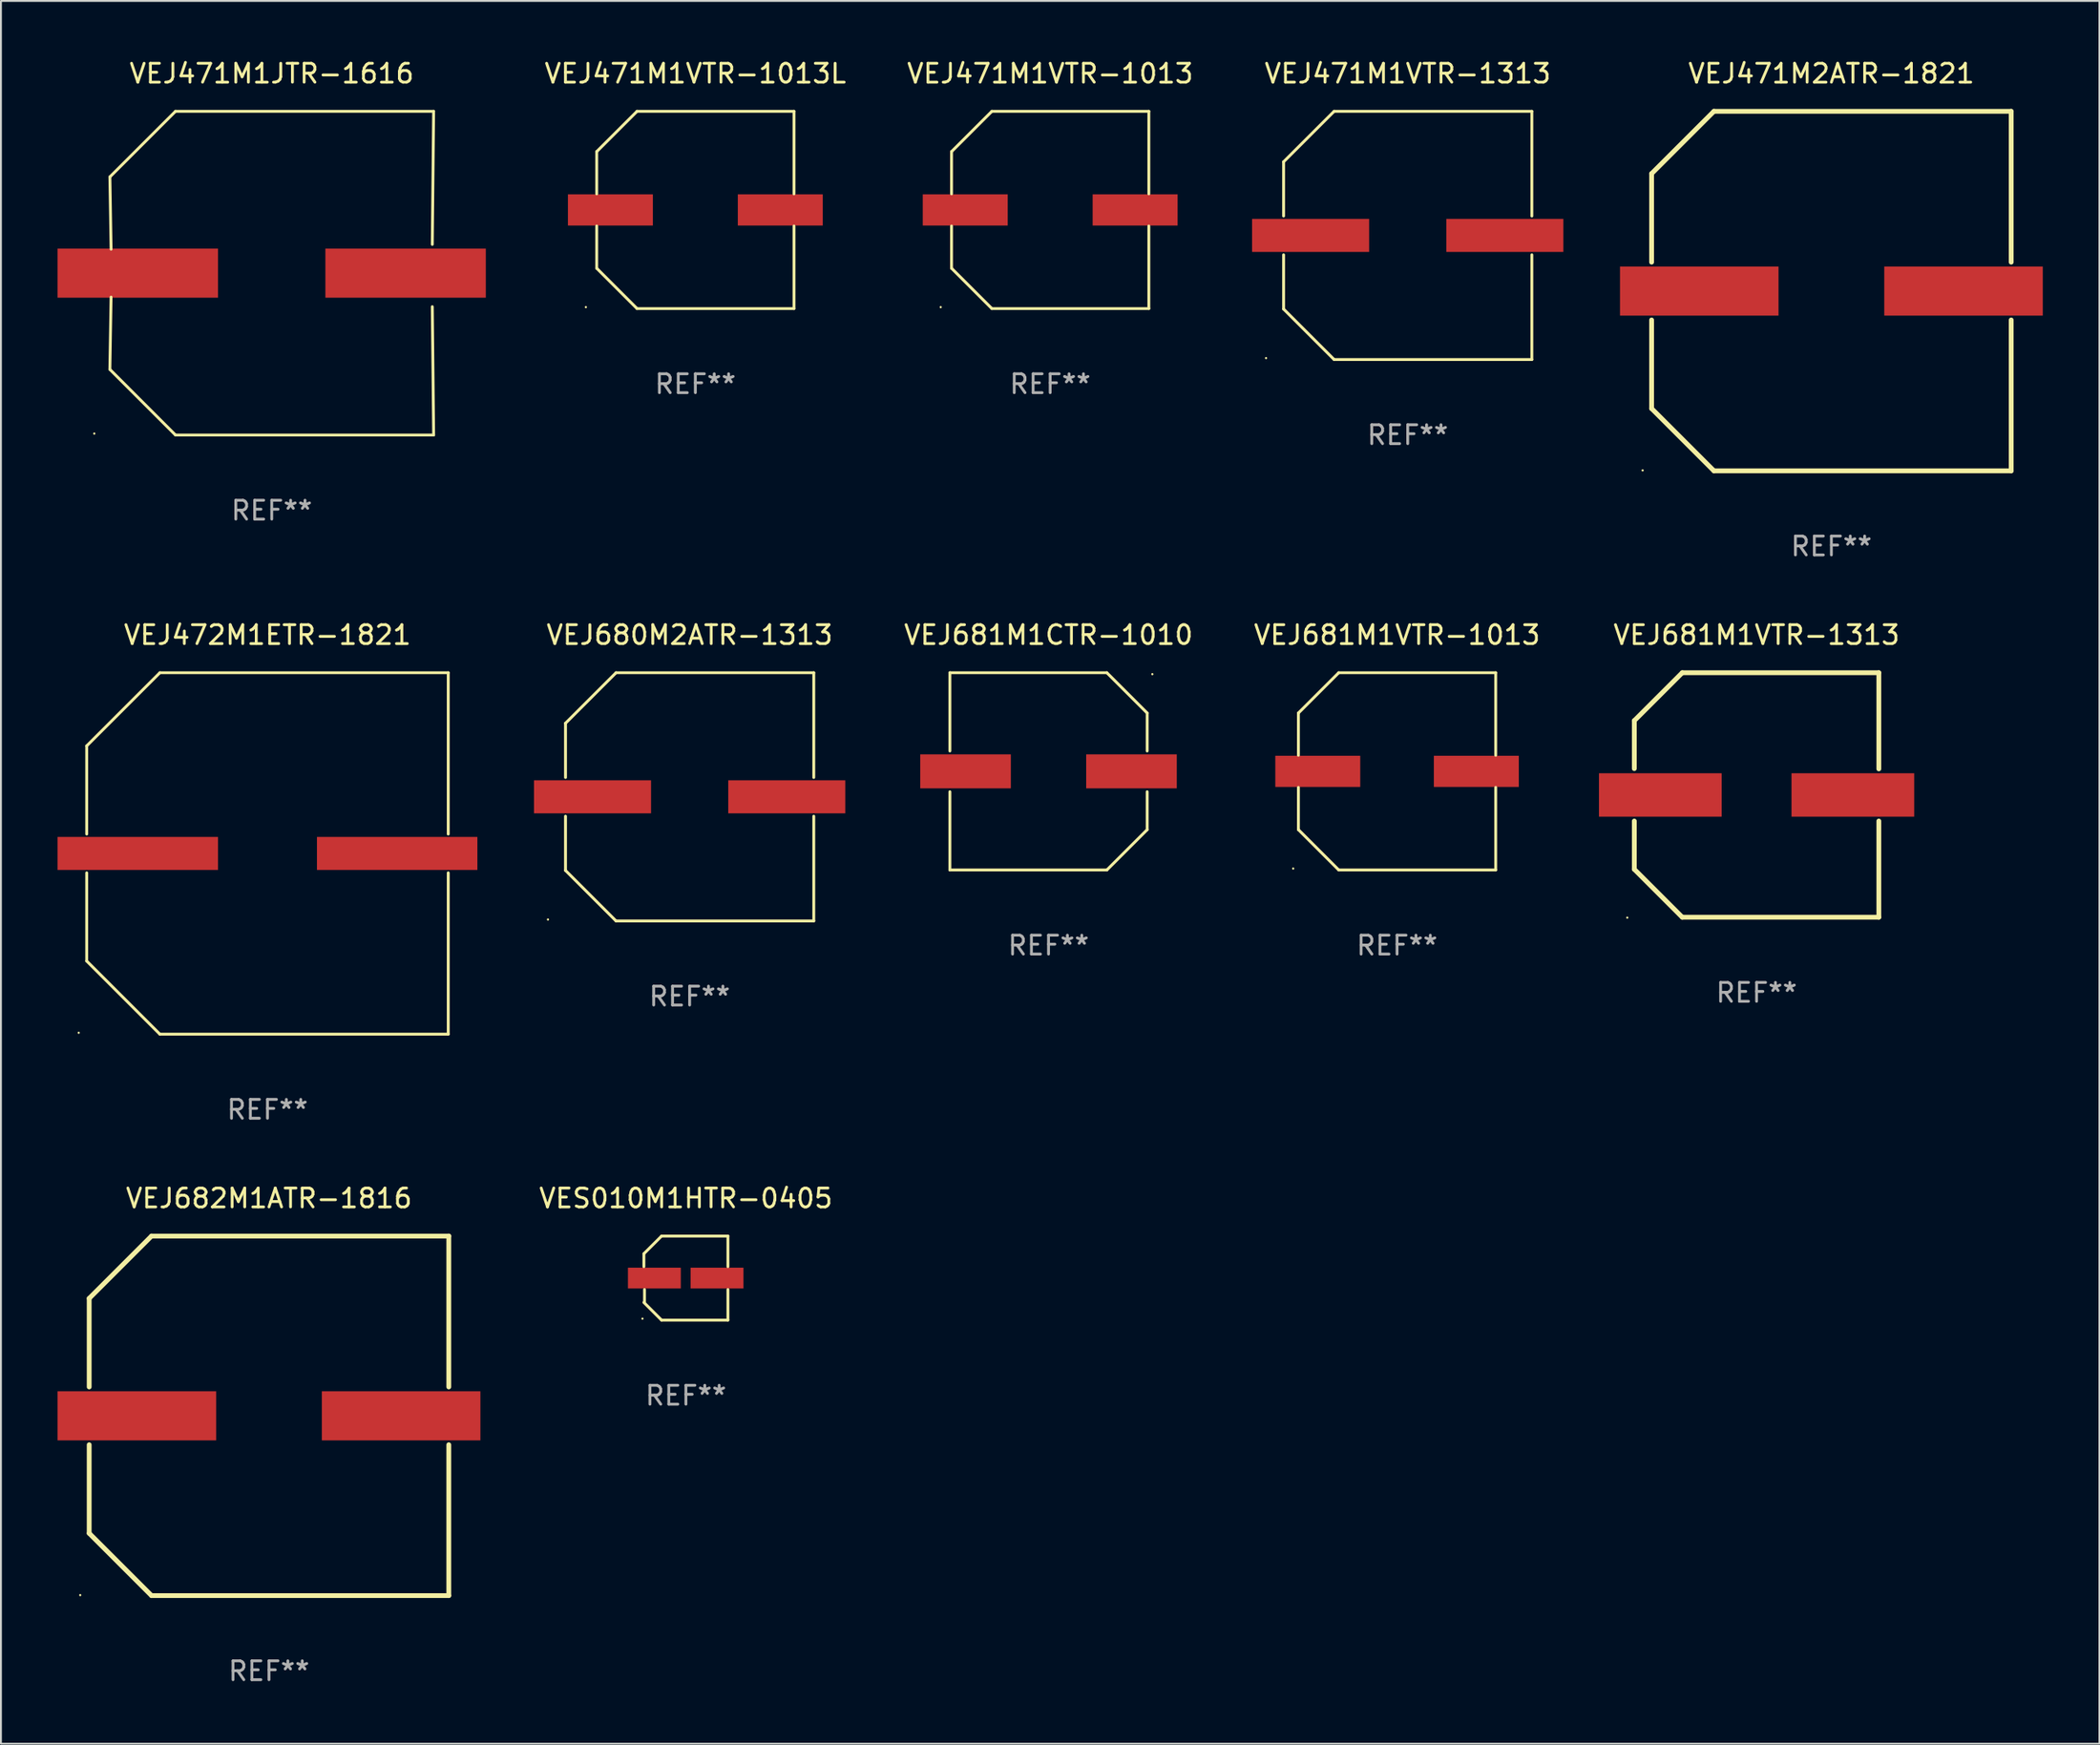
<source format=kicad_pcb>
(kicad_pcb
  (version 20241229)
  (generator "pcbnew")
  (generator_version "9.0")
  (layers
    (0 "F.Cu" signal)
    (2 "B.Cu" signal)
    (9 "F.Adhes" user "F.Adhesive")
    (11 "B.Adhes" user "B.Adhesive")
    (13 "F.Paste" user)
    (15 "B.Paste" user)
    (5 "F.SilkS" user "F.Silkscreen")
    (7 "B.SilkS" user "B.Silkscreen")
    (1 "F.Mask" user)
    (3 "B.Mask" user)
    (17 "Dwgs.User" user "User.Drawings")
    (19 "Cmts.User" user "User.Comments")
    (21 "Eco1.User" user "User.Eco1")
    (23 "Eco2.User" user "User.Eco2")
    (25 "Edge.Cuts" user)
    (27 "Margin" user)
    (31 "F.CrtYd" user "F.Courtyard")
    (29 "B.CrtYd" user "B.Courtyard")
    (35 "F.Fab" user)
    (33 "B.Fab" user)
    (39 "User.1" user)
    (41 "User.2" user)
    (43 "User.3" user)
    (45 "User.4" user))
  (footprint "VEJ471M2ATR-1821"
    (layer "F.Cu")
    (at 93.972 12.373)
    (property "Reference" "VEJ471M2ATR-1821" (at 0 -11.525 0) (layer "F.SilkS") (effects (font (size 1 1) (thickness 0.15))))
    (attr through_hole)
    (fp_line (start -9.525 -6.223) (end -9.525 -1.531) (stroke (width 0.254) (type solid)) (layer "F.SilkS"))
    (fp_line (start -9.525 1.531) (end -9.525 6.223) (stroke (width 0.254) (type solid)) (layer "F.SilkS"))
    (fp_line (start -9.525 6.223) (end -6.223 9.525) (stroke (width 0.254) (type solid)) (layer "F.SilkS"))
    (fp_line (start -6.223 -9.525) (end -9.525 -6.223) (stroke (width 0.254) (type solid)) (layer "F.SilkS"))
    (fp_line (start -6.223 9.525) (end 9.525 9.525) (stroke (width 0.254) (type solid)) (layer "F.SilkS"))
    (fp_line (start 9.525 -9.525) (end -6.223 -9.525) (stroke (width 0.254) (type solid)) (layer "F.SilkS"))
    (fp_line (start 9.525 -1.531) (end 9.525 -9.525) (stroke (width 0.254) (type solid)) (layer "F.SilkS"))
    (fp_line (start 9.525 9.525) (end 9.525 1.531) (stroke (width 0.254) (type solid)) (layer "F.SilkS"))
    (fp_circle (center -10 9.5) (end -9.97 9.5) (stroke (width 0.06) (type solid)) (fill no) (layer "F.SilkS"))
    (fp_text user "REF**" (at 0 13.525 0) (layer "F.Fab") (effects (font (size 1 1) (thickness 0.15))))
    (pad "1" smd rect (at -7 0) (size 8.4 2.6) (layers "F.Cu" "F.Mask" "F.Paste"))
    (pad "2" smd rect (at 7 0) (size 8.4 2.6) (layers "F.Cu" "F.Mask" "F.Paste")))
  (footprint "VEJ471M1VTR-1013L"
    (layer "F.Cu")
    (at 33.788 8.074)
    (property "Reference" "VEJ471M1VTR-1013L" (at 0 -7.226 0) (layer "F.SilkS") (effects (font (size 1 1) (thickness 0.15))))
    (attr through_hole)
    (fp_line (start -5.226 -3.09) (end -5.226 -0.852) (stroke (width 0.152) (type solid)) (layer "F.SilkS"))
    (fp_line (start -5.226 3.09) (end -5.226 0.852) (stroke (width 0.152) (type solid)) (layer "F.SilkS"))
    (fp_line (start -3.09 -5.226) (end -5.226 -3.09) (stroke (width 0.152) (type solid)) (layer "F.SilkS"))
    (fp_line (start -3.09 5.226) (end -5.226 3.09) (stroke (width 0.152) (type solid)) (layer "F.SilkS"))
    (fp_line (start 5.226 -5.226) (end -3.09 -5.226) (stroke (width 0.152) (type solid)) (layer "F.SilkS"))
    (fp_line (start 5.226 -0.852) (end 5.226 -5.226) (stroke (width 0.152) (type solid)) (layer "F.SilkS"))
    (fp_line (start 5.226 0.852) (end 5.226 5.226) (stroke (width 0.152) (type solid)) (layer "F.SilkS"))
    (fp_line (start 5.226 5.226) (end -3.09 5.226) (stroke (width 0.152) (type solid)) (layer "F.SilkS"))
    (fp_circle (center -5.8 5.15) (end -5.77 5.15) (stroke (width 0.06) (type solid)) (fill no) (layer "F.SilkS"))
    (fp_text user "REF**" (at 0 9.226 0) (layer "F.Fab") (effects (font (size 1 1) (thickness 0.15))))
    (pad "1" smd rect (at -4.5 0) (size 4.5 1.65) (layers "F.Cu" "F.Mask" "F.Paste"))
    (pad "2" smd rect (at 4.5 0) (size 4.5 1.65) (layers "F.Cu" "F.Mask" "F.Paste")))
  (footprint "VES010M1HTR-0405"
    (layer "F.Cu")
    (at 33.287 64.67)
    (property "Reference" "VES010M1HTR-0405" (at 0 -4.226 0) (layer "F.SilkS") (effects (font (size 1 1) (thickness 0.15))))
    (attr through_hole)
    (fp_line (start -2.226 -1.29) (end -2.226 -0.607) (stroke (width 0.152) (type solid)) (layer "F.SilkS"))
    (fp_line (start -2.193 1.29) (end -2.193 0.607) (stroke (width 0.152) (type solid)) (layer "F.SilkS"))
    (fp_line (start -1.29 2.226) (end -2.226 1.29) (stroke (width 0.152) (type solid)) (layer "F.SilkS"))
    (fp_line (start -1.29 -2.226) (end -2.226 -1.29) (stroke (width 0.152) (type solid)) (layer "F.SilkS"))
    (fp_line (start 2.226 -2.226) (end -1.29 -2.226) (stroke (width 0.152) (type solid)) (layer "F.SilkS"))
    (fp_line (start 2.226 -0.607) (end 2.226 -2.226) (stroke (width 0.152) (type solid)) (layer "F.SilkS"))
    (fp_line (start 2.226 0.607) (end 2.226 2.226) (stroke (width 0.152) (type solid)) (layer "F.SilkS"))
    (fp_line (start 2.226 2.226) (end -1.29 2.226) (stroke (width 0.152) (type solid)) (layer "F.SilkS"))
    (fp_circle (center -2.3 2.15) (end -2.27 2.15) (stroke (width 0.06) (type solid)) (fill no) (layer "F.SilkS"))
    (fp_text user "REF**" (at 0 6.226 0) (layer "F.Fab") (effects (font (size 1 1) (thickness 0.15))))
    (pad "1" smd rect (at -1.67 -0.000025) (size 2.8 1.1) (layers "F.Cu" "F.Mask" "F.Paste"))
    (pad "2" smd rect (at 1.651 -0.000025) (size 2.8 1.1) (layers "F.Cu" "F.Mask" "F.Paste")))
  (footprint "VEJ471M1VTR-1013"
    (layer "F.Cu")
    (at 52.586 8.074)
    (property "Reference" "VEJ471M1VTR-1013" (at 0 -7.226 0) (layer "F.SilkS") (effects (font (size 1 1) (thickness 0.15))))
    (attr through_hole)
    (fp_line (start -5.226 -3.09) (end -5.226 -0.852) (stroke (width 0.152) (type solid)) (layer "F.SilkS"))
    (fp_line (start -5.226 3.09) (end -5.226 0.852) (stroke (width 0.152) (type solid)) (layer "F.SilkS"))
    (fp_line (start -3.09 -5.226) (end -5.226 -3.09) (stroke (width 0.152) (type solid)) (layer "F.SilkS"))
    (fp_line (start -3.09 5.226) (end -5.226 3.09) (stroke (width 0.152) (type solid)) (layer "F.SilkS"))
    (fp_line (start 5.226 -5.226) (end -3.09 -5.226) (stroke (width 0.152) (type solid)) (layer "F.SilkS"))
    (fp_line (start 5.226 -0.852) (end 5.226 -5.226) (stroke (width 0.152) (type solid)) (layer "F.SilkS"))
    (fp_line (start 5.226 0.852) (end 5.226 5.226) (stroke (width 0.152) (type solid)) (layer "F.SilkS"))
    (fp_line (start 5.226 5.226) (end -3.09 5.226) (stroke (width 0.152) (type solid)) (layer "F.SilkS"))
    (fp_circle (center -5.8 5.15) (end -5.77 5.15) (stroke (width 0.06) (type solid)) (fill no) (layer "F.SilkS"))
    (fp_text user "REF**" (at 0 9.226 0) (layer "F.Fab") (effects (font (size 1 1) (thickness 0.15))))
    (pad "1" smd rect (at -4.5 0) (size 4.5 1.65) (layers "F.Cu" "F.Mask" "F.Paste"))
    (pad "2" smd rect (at 4.5 0) (size 4.5 1.65) (layers "F.Cu" "F.Mask" "F.Paste")))
  (footprint "VEJ681M1VTR-1013"
    (layer "F.Cu")
    (at 70.962 37.821)
    (property "Reference" "VEJ681M1VTR-1013" (at 0 -7.226 0) (layer "F.SilkS") (effects (font (size 1 1) (thickness 0.15))))
    (attr through_hole)
    (fp_line (start -5.226 -3.09) (end -5.226 -0.852) (stroke (width 0.152) (type solid)) (layer "F.SilkS"))
    (fp_line (start -5.226 3.09) (end -5.226 0.852) (stroke (width 0.152) (type solid)) (layer "F.SilkS"))
    (fp_line (start -3.09 -5.226) (end -5.226 -3.09) (stroke (width 0.152) (type solid)) (layer "F.SilkS"))
    (fp_line (start -3.09 5.226) (end -5.226 3.09) (stroke (width 0.152) (type solid)) (layer "F.SilkS"))
    (fp_line (start 5.226 -5.226) (end -3.09 -5.226) (stroke (width 0.152) (type solid)) (layer "F.SilkS"))
    (fp_line (start 5.226 -0.852) (end 5.226 -5.226) (stroke (width 0.152) (type solid)) (layer "F.SilkS"))
    (fp_line (start 5.226 0.852) (end 5.226 5.226) (stroke (width 0.152) (type solid)) (layer "F.SilkS"))
    (fp_line (start 5.226 5.226) (end -3.09 5.226) (stroke (width 0.152) (type solid)) (layer "F.SilkS"))
    (fp_circle (center -5.503 5.15) (end -5.473 5.15) (stroke (width 0.06) (type solid)) (fill no) (layer "F.SilkS"))
    (fp_text user "REF**" (at 0 9.226 0) (layer "F.Fab") (effects (font (size 1 1) (thickness 0.15))))
    (pad "1" smd rect (at -4.2 0.000127) (size 4.5 1.65) (layers "F.Cu" "F.Mask" "F.Paste"))
    (pad "2" smd rect (at 4.2 0.000127) (size 4.5 1.65) (layers "F.Cu" "F.Mask" "F.Paste")))
  (footprint "VEJ471M1JTR-1616"
    (layer "F.Cu")
    (at 11.347 11.424)
    (property "Reference" "VEJ471M1JTR-1616" (at 0 -10.576 0) (layer "F.SilkS") (effects (font (size 1 1) (thickness 0.15))))
    (attr through_hole)
    (fp_line (start -8.576 5.099) (end -8.513 1.269) (stroke (width 0.152) (type solid)) (layer "F.SilkS"))
    (fp_line (start -8.575 -5.101) (end -8.512 -1.271) (stroke (width 0.152) (type solid)) (layer "F.SilkS"))
    (fp_line (start -5.1 -8.576) (end -8.575 -5.101) (stroke (width 0.152) (type solid)) (layer "F.SilkS"))
    (fp_line (start -5.1 8.576) (end -8.576 5.099) (stroke (width 0.152) (type solid)) (layer "F.SilkS"))
    (fp_line (start 8.505 -1.525) (end 8.575 -8.576) (stroke (width 0.152) (type solid)) (layer "F.SilkS"))
    (fp_line (start 8.505 1.777) (end 8.576 8.576) (stroke (width 0.152) (type solid)) (layer "F.SilkS"))
    (fp_line (start 8.575 -8.576) (end -5.1 -8.576) (stroke (width 0.152) (type solid)) (layer "F.SilkS"))
    (fp_line (start 8.576 8.576) (end -5.1 8.576) (stroke (width 0.152) (type solid)) (layer "F.SilkS"))
    (fp_circle (center -9.402 8.499) (end -9.372 8.499) (stroke (width 0.06) (type solid)) (fill no) (layer "F.SilkS"))
    (fp_text user "REF**" (at 0 12.576 0) (layer "F.Fab") (effects (font (size 1 1) (thickness 0.15))))
    (pad "1" smd rect (at -7.097 -0.001) (size 8.5 2.6) (layers "F.Cu" "F.Mask" "F.Paste"))
    (pad "2" smd rect (at 7.09 -0.001) (size 8.5 2.6) (layers "F.Cu" "F.Mask" "F.Paste")))
  (footprint "VEJ471M1VTR-1313"
    (layer "F.Cu")
    (at 71.527 9.424)
    (property "Reference" "VEJ471M1VTR-1313" (at 0 -8.576 0) (layer "F.SilkS") (effects (font (size 1 1) (thickness 0.15))))
    (attr through_hole)
    (fp_line (start -6.576 -3.9) (end -6.576 -1.027) (stroke (width 0.152) (type solid)) (layer "F.SilkS"))
    (fp_line (start -6.576 3.9) (end -6.576 1.027) (stroke (width 0.152) (type solid)) (layer "F.SilkS"))
    (fp_line (start -3.9 -6.576) (end -6.576 -3.9) (stroke (width 0.152) (type solid)) (layer "F.SilkS"))
    (fp_line (start -3.9 6.576) (end -6.576 3.9) (stroke (width 0.152) (type solid)) (layer "F.SilkS"))
    (fp_line (start 6.576 -6.576) (end -3.9 -6.576) (stroke (width 0.152) (type solid)) (layer "F.SilkS"))
    (fp_line (start 6.576 -1.027) (end 6.576 -6.576) (stroke (width 0.152) (type solid)) (layer "F.SilkS"))
    (fp_line (start 6.576 1.027) (end 6.576 6.576) (stroke (width 0.152) (type solid)) (layer "F.SilkS"))
    (fp_line (start 6.576 6.576) (end -3.9 6.576) (stroke (width 0.152) (type solid)) (layer "F.SilkS"))
    (fp_circle (center -7.506 6.5) (end -7.476 6.5) (stroke (width 0.06) (type solid)) (fill no) (layer "F.SilkS"))
    (fp_text user "REF**" (at 0 10.576 0) (layer "F.Fab") (effects (font (size 1 1) (thickness 0.15))))
    (pad "1" smd rect (at -5.145 0) (size 6.2 1.75) (layers "F.Cu" "F.Mask" "F.Paste"))
    (pad "2" smd rect (at 5.145 0) (size 6.2 1.75) (layers "F.Cu" "F.Mask" "F.Paste")))
  (footprint "VEJ682M1ATR-1816"
    (layer "F.Cu")
    (at 11.2 71.969)
    (property "Reference" "VEJ682M1ATR-1816" (at 0 -11.525 0) (layer "F.SilkS") (effects (font (size 1 1) (thickness 0.15))))
    (attr through_hole)
    (fp_line (start -9.525 -6.223) (end -9.525 -1.531) (stroke (width 0.254) (type solid)) (layer "F.SilkS"))
    (fp_line (start -9.525 1.531) (end -9.525 6.223) (stroke (width 0.254) (type solid)) (layer "F.SilkS"))
    (fp_line (start -9.525 6.223) (end -6.223 9.525) (stroke (width 0.254) (type solid)) (layer "F.SilkS"))
    (fp_line (start -6.223 -9.525) (end -9.525 -6.223) (stroke (width 0.254) (type solid)) (layer "F.SilkS"))
    (fp_line (start -6.223 9.525) (end 9.525 9.525) (stroke (width 0.254) (type solid)) (layer "F.SilkS"))
    (fp_line (start 9.525 -9.525) (end -6.223 -9.525) (stroke (width 0.254) (type solid)) (layer "F.SilkS"))
    (fp_line (start 9.525 -1.531) (end 9.525 -9.525) (stroke (width 0.254) (type solid)) (layer "F.SilkS"))
    (fp_line (start 9.525 9.525) (end 9.525 1.531) (stroke (width 0.254) (type solid)) (layer "F.SilkS"))
    (fp_circle (center -10 9.5) (end -9.97 9.5) (stroke (width 0.06) (type solid)) (fill no) (layer "F.SilkS"))
    (fp_text user "REF**" (at 0 13.525 0) (layer "F.Fab") (effects (font (size 1 1) (thickness 0.15))))
    (pad "1" smd rect (at -7 0) (size 8.4 2.6) (layers "F.Cu" "F.Mask" "F.Paste"))
    (pad "2" smd rect (at 7 0) (size 8.4 2.6) (layers "F.Cu" "F.Mask" "F.Paste")))
  (footprint "VEJ681M1VTR-1313"
    (layer "F.Cu")
    (at 90.008 39.072)
    (property "Reference" "VEJ681M1VTR-1313" (at 0 -8.477 0) (layer "F.SilkS") (effects (font (size 1 1) (thickness 0.15))))
    (attr through_hole)
    (fp_line (start -6.477 -3.937) (end -6.477 -1.397) (stroke (width 0.254) (type solid)) (layer "F.SilkS"))
    (fp_line (start -6.477 1.381) (end -6.477 3.937) (stroke (width 0.254) (type solid)) (layer "F.SilkS"))
    (fp_line (start -6.477 3.937) (end -3.937 6.477) (stroke (width 0.254) (type solid)) (layer "F.SilkS"))
    (fp_line (start -3.937 -6.477) (end -6.477 -3.937) (stroke (width 0.254) (type solid)) (layer "F.SilkS"))
    (fp_line (start -3.937 6.477) (end 6.477 6.477) (stroke (width 0.254) (type solid)) (layer "F.SilkS"))
    (fp_line (start 6.477 -6.477) (end -3.937 -6.477) (stroke (width 0.254) (type solid)) (layer "F.SilkS"))
    (fp_line (start 6.477 -1.381) (end 6.477 -6.477) (stroke (width 0.254) (type solid)) (layer "F.SilkS"))
    (fp_line (start 6.477 6.477) (end 6.477 1.381) (stroke (width 0.254) (type solid)) (layer "F.SilkS"))
    (fp_circle (center -6.85 6.5) (end -6.82 6.5) (stroke (width 0.06) (type solid)) (fill no) (layer "F.SilkS"))
    (fp_text user "REF**" (at 0 10.477 0) (layer "F.Fab") (effects (font (size 1 1) (thickness 0.15))))
    (pad "1" smd rect (at -5.1 0) (size 6.5 2.3) (layers "F.Cu" "F.Mask" "F.Paste"))
    (pad "2" smd rect (at 5.1 0) (size 6.5 2.3) (layers "F.Cu" "F.Mask" "F.Paste")))
  (footprint "VEJ681M1CTR-1010"
    (layer "F.Cu")
    (at 52.498 37.821)
    (property "Reference" "VEJ681M1CTR-1010" (at 0 -7.226 0) (layer "F.SilkS") (effects (font (size 1 1) (thickness 0.15))))
    (attr through_hole)
    (fp_line (start -5.226 -5.226) (end -5.226 -1.08) (stroke (width 0.152) (type solid)) (layer "F.SilkS"))
    (fp_line (start -5.226 -5.226) (end 3.09 -5.226) (stroke (width 0.152) (type solid)) (layer "F.SilkS"))
    (fp_line (start -5.226 1.08) (end -5.226 5.226) (stroke (width 0.152) (type solid)) (layer "F.SilkS"))
    (fp_line (start -5.226 5.226) (end 3.09 5.226) (stroke (width 0.152) (type solid)) (layer "F.SilkS"))
    (fp_line (start 3.09 -5.226) (end 5.226 -3.09) (stroke (width 0.152) (type solid)) (layer "F.SilkS"))
    (fp_line (start 3.09 5.226) (end 5.226 3.09) (stroke (width 0.152) (type solid)) (layer "F.SilkS"))
    (fp_line (start 5.226 -1.08) (end 5.226 -3.09) (stroke (width 0.152) (type solid)) (layer "F.SilkS"))
    (fp_line (start 5.226 3.09) (end 5.226 1.08) (stroke (width 0.152) (type solid)) (layer "F.SilkS"))
    (fp_circle (center 5.5 -5.15) (end 5.53 -5.15) (stroke (width 0.06) (type solid)) (fill no) (layer "F.SilkS"))
    (fp_text user "REF**" (at 0 9.226 0) (layer "F.Fab") (effects (font (size 1 1) (thickness 0.15))))
    (pad "1" smd rect (at 4.395 0 180) (size 4.8 1.8) (layers "F.Cu" "F.Mask" "F.Paste"))
    (pad "2" smd rect (at -4.395 0 180) (size 4.8 1.8) (layers "F.Cu" "F.Mask" "F.Paste")))
  (footprint "VEJ680M2ATR-1313"
    (layer "F.Cu")
    (at 33.485 39.171)
    (property "Reference" "VEJ680M2ATR-1313" (at 0 -8.576 0) (layer "F.SilkS") (effects (font (size 1 1) (thickness 0.15))))
    (attr through_hole)
    (fp_line (start -6.576 -3.9) (end -6.576 -1.027) (stroke (width 0.152) (type solid)) (layer "F.SilkS"))
    (fp_line (start -6.576 3.9) (end -6.576 1.027) (stroke (width 0.152) (type solid)) (layer "F.SilkS"))
    (fp_line (start -3.9 -6.576) (end -6.576 -3.9) (stroke (width 0.152) (type solid)) (layer "F.SilkS"))
    (fp_line (start -3.9 6.576) (end -6.576 3.9) (stroke (width 0.152) (type solid)) (layer "F.SilkS"))
    (fp_line (start 6.576 -6.576) (end -3.9 -6.576) (stroke (width 0.152) (type solid)) (layer "F.SilkS"))
    (fp_line (start 6.576 -1.027) (end 6.576 -6.576) (stroke (width 0.152) (type solid)) (layer "F.SilkS"))
    (fp_line (start 6.576 1.027) (end 6.576 6.576) (stroke (width 0.152) (type solid)) (layer "F.SilkS"))
    (fp_line (start 6.576 6.576) (end -3.9 6.576) (stroke (width 0.152) (type solid)) (layer "F.SilkS"))
    (fp_circle (center -7.506 6.5) (end -7.476 6.5) (stroke (width 0.06) (type solid)) (fill no) (layer "F.SilkS"))
    (fp_text user "REF**" (at 0 10.576 0) (layer "F.Fab") (effects (font (size 1 1) (thickness 0.15))))
    (pad "1" smd rect (at -5.145 0) (size 6.2 1.75) (layers "F.Cu" "F.Mask" "F.Paste"))
    (pad "2" smd rect (at 5.145 0) (size 6.2 1.75) (layers "F.Cu" "F.Mask" "F.Paste")))
  (footprint "VEJ472M1ETR-1821"
    (layer "F.Cu")
    (at 11.12 42.171)
    (property "Reference" "VEJ472M1ETR-1821" (at 0 -11.576 0) (layer "F.SilkS") (effects (font (size 1 1) (thickness 0.15))))
    (attr through_hole)
    (fp_line (start -9.576 -5.7) (end -5.7 -9.576) (stroke (width 0.152) (type solid)) (layer "F.SilkS"))
    (fp_line (start -9.576 -1.027) (end -9.576 -5.7) (stroke (width 0.152) (type solid)) (layer "F.SilkS"))
    (fp_line (start -9.576 1.027) (end -9.576 5.7) (stroke (width 0.152) (type solid)) (layer "F.SilkS"))
    (fp_line (start -9.576 5.7) (end -5.7 9.576) (stroke (width 0.152) (type solid)) (layer "F.SilkS"))
    (fp_line (start -5.7 -9.576) (end 9.576 -9.576) (stroke (width 0.152) (type solid)) (layer "F.SilkS"))
    (fp_line (start -5.7 9.576) (end 9.576 9.576) (stroke (width 0.152) (type solid)) (layer "F.SilkS"))
    (fp_line (start 9.576 -9.576) (end 9.576 -1.027) (stroke (width 0.152) (type solid)) (layer "F.SilkS"))
    (fp_line (start 9.576 9.576) (end 9.576 1.027) (stroke (width 0.152) (type solid)) (layer "F.SilkS"))
    (fp_circle (center -10 9.5) (end -9.97 9.5) (stroke (width 0.06) (type solid)) (fill no) (layer "F.SilkS"))
    (fp_text user "REF**" (at 0 13.576 0) (layer "F.Fab") (effects (font (size 1 1) (thickness 0.15))))
    (pad "1" smd rect (at -6.87 0) (size 8.5 1.75) (layers "F.Cu" "F.Mask" "F.Paste"))
    (pad "2" smd rect (at 6.87 0) (size 8.5 1.75) (layers "F.Cu" "F.Mask" "F.Paste")))
  (gr_rect
    (start -3 -3)
    (end 108.172 89.342)
    (stroke (width 0.1) (type default))
    (fill no)
    (layer "Edge.Cuts")))
</source>
